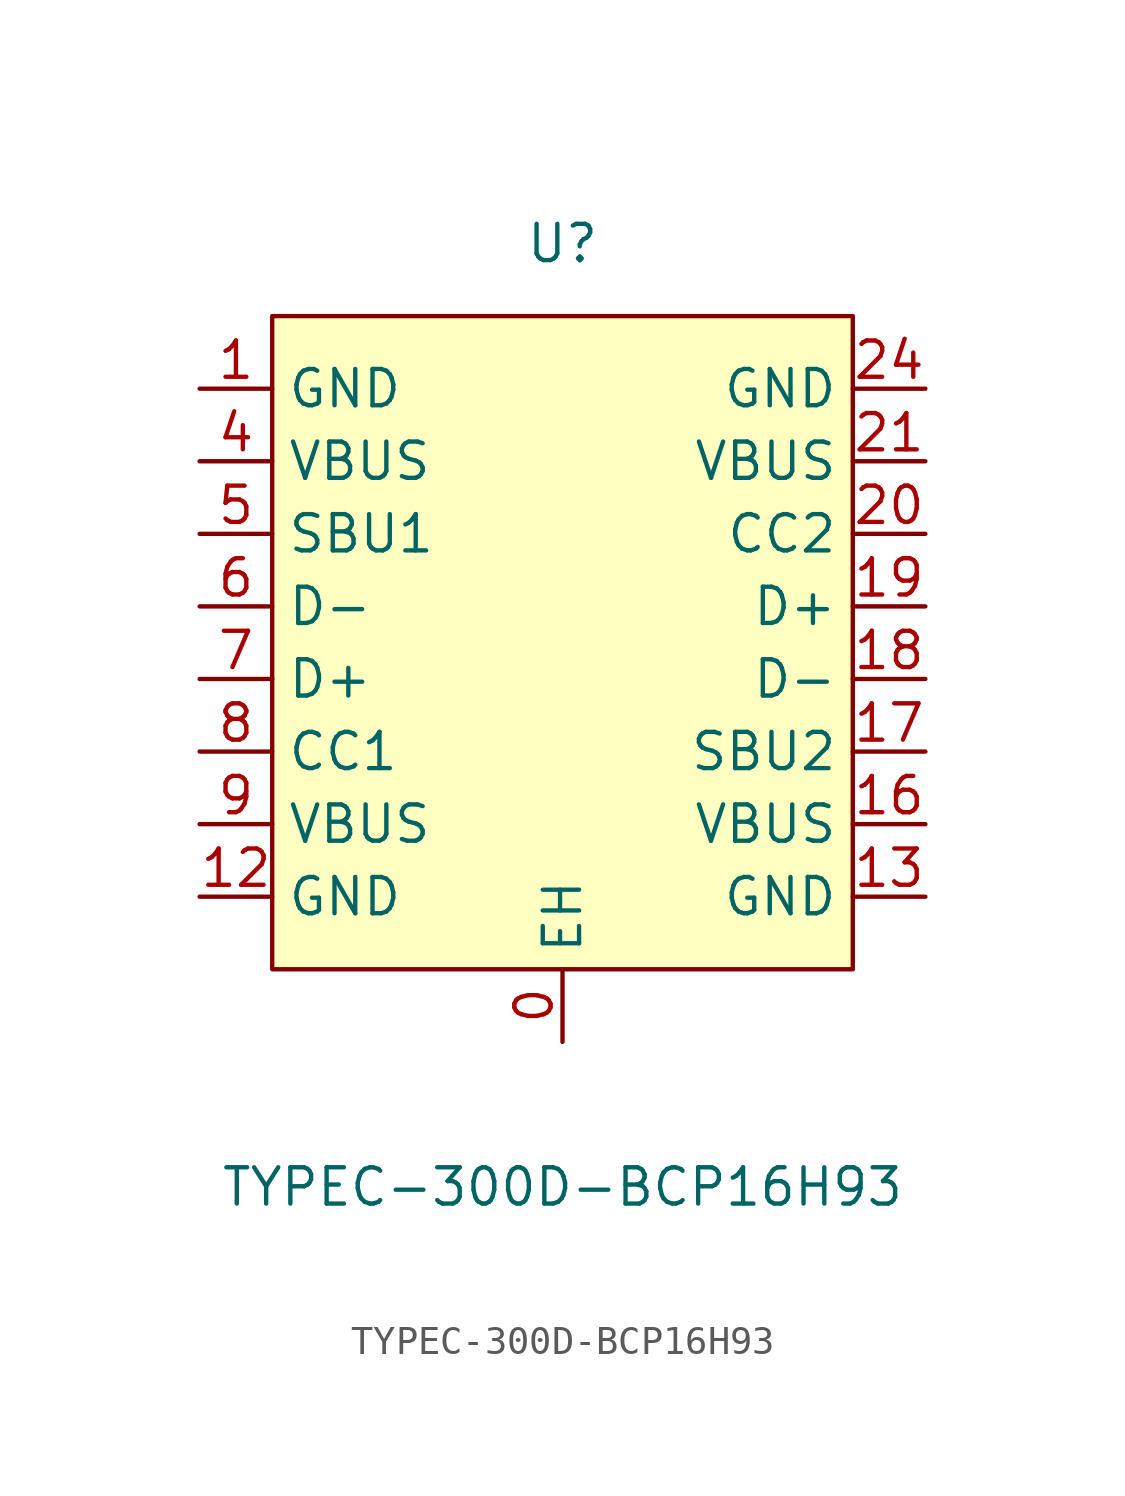
<source format=kicad_sym>
(kicad_symbol_lib
  (version 20211014)
  (generator https://github.com/uPesy/easyeda2kicad.py)
  (symbol "TYPEC-300D-BCP16H93"
    (property "Reference" "U"
      (at 0 15.24 0)
      (effects (font (size 1.27 1.27))))
    (property "Value" "TYPEC-300D-BCP16H93"
      (at 0 -17.78 0)
      (effects (font (size 1.27 1.27))))
    (symbol "TYPEC-300D-BCP16H93_0_1"
      (rectangle (start -10.16 12.70) (end 10.16 -10.16) (stroke (width 0) (type default) (color 0 0 0 0)) (fill (type background)))
      (pin unspecified line (at 0.00 -12.70 90) (length 2.54) (name "EH" (effects (font (size 1.27 1.27)))) (number "0" (effects (font (size 1.27 1.27)))))
      (pin unspecified line (at -12.70 10.16 0) (length 2.54) (name "GND" (effects (font (size 1.27 1.27)))) (number "1" (effects (font (size 1.27 1.27)))))
      (pin unspecified line (at -12.70 7.62 0) (length 2.54) (name "VBUS" (effects (font (size 1.27 1.27)))) (number "4" (effects (font (size 1.27 1.27)))))
      (pin unspecified line (at -12.70 5.08 0) (length 2.54) (name "SBU1" (effects (font (size 1.27 1.27)))) (number "5" (effects (font (size 1.27 1.27)))))
      (pin unspecified line (at -12.70 2.54 0) (length 2.54) (name "D-" (effects (font (size 1.27 1.27)))) (number "6" (effects (font (size 1.27 1.27)))))
      (pin unspecified line (at -12.70 -0.00 0) (length 2.54) (name "D+" (effects (font (size 1.27 1.27)))) (number "7" (effects (font (size 1.27 1.27)))))
      (pin unspecified line (at -12.70 -2.54 0) (length 2.54) (name "CC1" (effects (font (size 1.27 1.27)))) (number "8" (effects (font (size 1.27 1.27)))))
      (pin unspecified line (at -12.70 -5.08 0) (length 2.54) (name "VBUS" (effects (font (size 1.27 1.27)))) (number "9" (effects (font (size 1.27 1.27)))))
      (pin unspecified line (at -12.70 -7.62 0) (length 2.54) (name "GND" (effects (font (size 1.27 1.27)))) (number "12" (effects (font (size 1.27 1.27)))))
      (pin unspecified line (at 12.70 -7.62 180) (length 2.54) (name "GND" (effects (font (size 1.27 1.27)))) (number "13" (effects (font (size 1.27 1.27)))))
      (pin unspecified line (at 12.70 -5.08 180) (length 2.54) (name "VBUS" (effects (font (size 1.27 1.27)))) (number "16" (effects (font (size 1.27 1.27)))))
      (pin unspecified line (at 12.70 -2.54 180) (length 2.54) (name "SBU2" (effects (font (size 1.27 1.27)))) (number "17" (effects (font (size 1.27 1.27)))))
      (pin unspecified line (at 12.70 -0.00 180) (length 2.54) (name "D-" (effects (font (size 1.27 1.27)))) (number "18" (effects (font (size 1.27 1.27)))))
      (pin unspecified line (at 12.70 2.54 180) (length 2.54) (name "D+" (effects (font (size 1.27 1.27)))) (number "19" (effects (font (size 1.27 1.27)))))
      (pin unspecified line (at 12.70 5.08 180) (length 2.54) (name "CC2" (effects (font (size 1.27 1.27)))) (number "20" (effects (font (size 1.27 1.27)))))
      (pin unspecified line (at 12.70 7.62 180) (length 2.54) (name "VBUS" (effects (font (size 1.27 1.27)))) (number "21" (effects (font (size 1.27 1.27)))))
      (pin unspecified line (at 12.70 10.16 180) (length 2.54) (name "GND" (effects (font (size 1.27 1.27)))) (number "24" (effects (font (size 1.27 1.27))))))))
</source>
